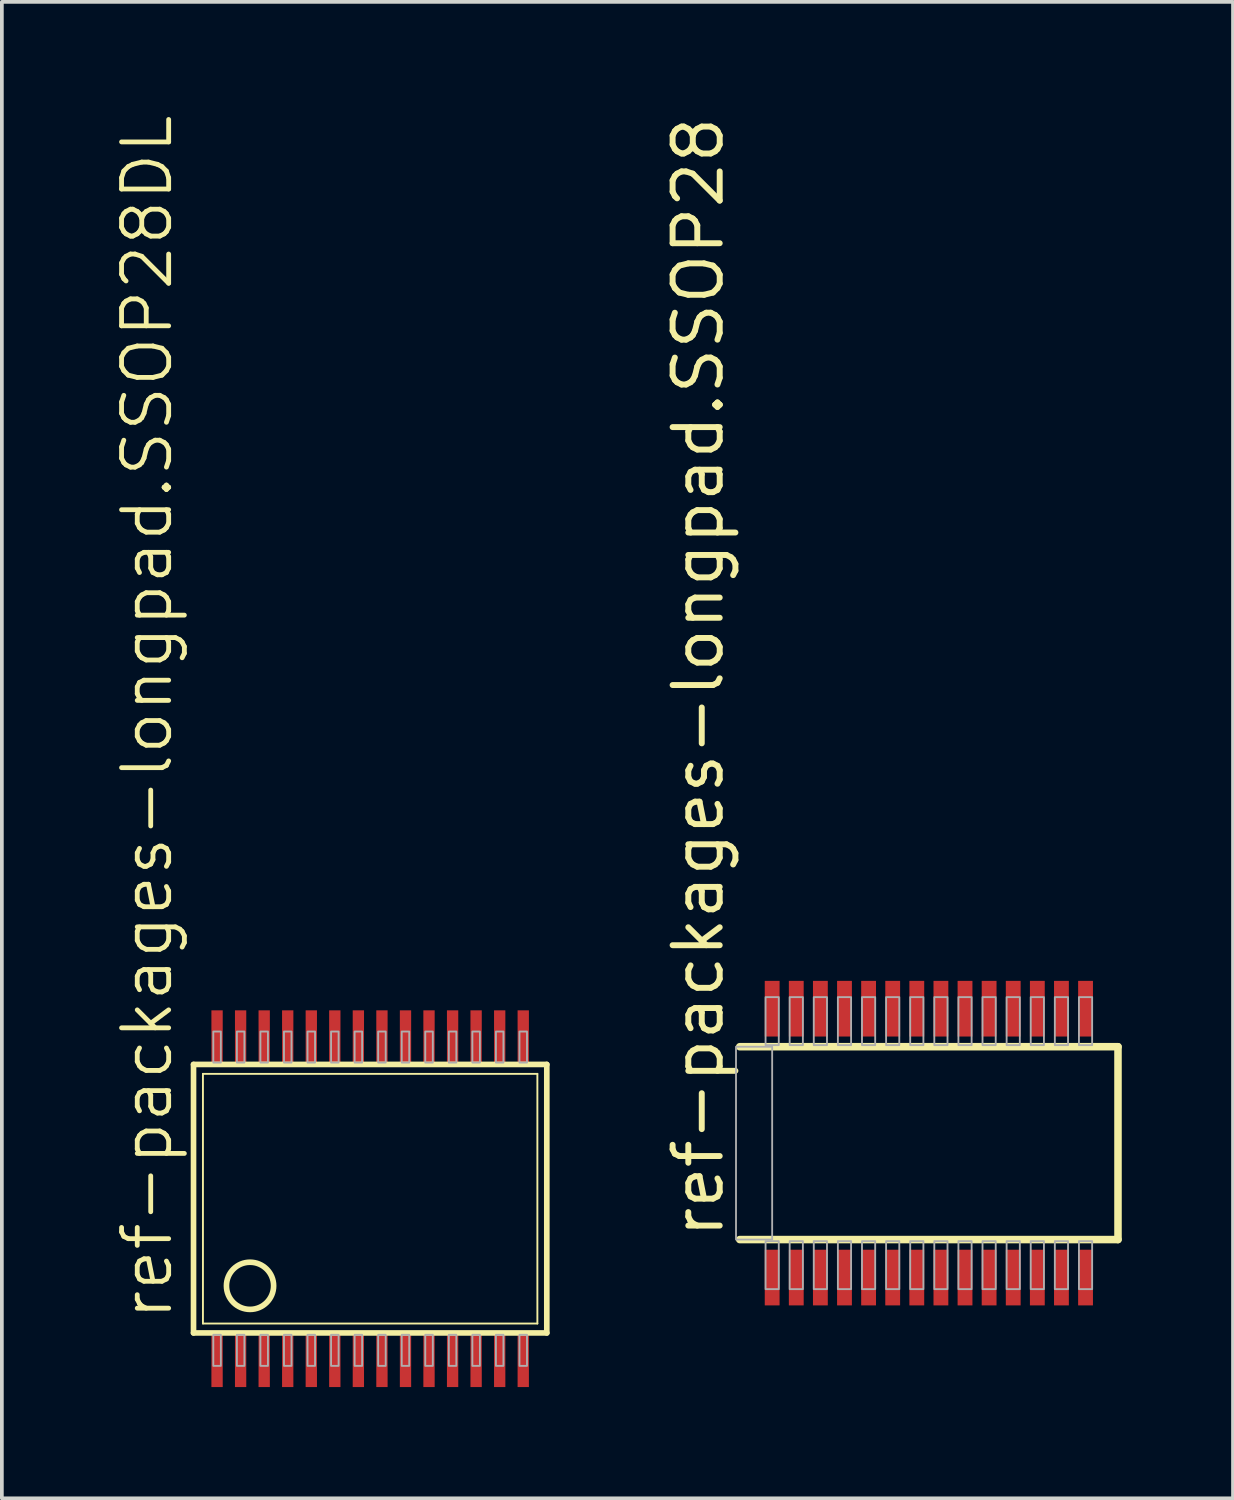
<source format=kicad_pcb>
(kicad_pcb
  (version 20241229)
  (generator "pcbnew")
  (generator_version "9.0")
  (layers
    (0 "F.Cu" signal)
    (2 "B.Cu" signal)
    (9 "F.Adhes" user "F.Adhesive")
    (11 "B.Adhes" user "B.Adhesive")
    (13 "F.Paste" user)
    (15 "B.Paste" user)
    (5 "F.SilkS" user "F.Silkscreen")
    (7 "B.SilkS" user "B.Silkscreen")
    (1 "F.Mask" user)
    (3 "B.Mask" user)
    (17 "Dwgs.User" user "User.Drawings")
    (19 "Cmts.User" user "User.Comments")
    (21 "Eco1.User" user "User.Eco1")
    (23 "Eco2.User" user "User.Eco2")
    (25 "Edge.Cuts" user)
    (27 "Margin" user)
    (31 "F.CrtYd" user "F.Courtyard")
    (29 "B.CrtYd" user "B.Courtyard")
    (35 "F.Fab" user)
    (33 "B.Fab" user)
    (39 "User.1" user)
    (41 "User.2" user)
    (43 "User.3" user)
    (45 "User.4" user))
  (footprint "ref-packages-longpad.SSOP28DL"
    (layer "F.Cu")
    (at 6.931 29.272)
    (property "Reference" "ref-packages-longpad.SSOP28DL" (at -5.271 3.34 90) (layer "F.SilkS") (effects (font (size 1.27 1.27) (thickness 0.13)) (justify left bottom)))
    (attr smd)
    (fp_line (start -4.763 3.62) (end -4.763 -3.62) (stroke (width 0.152) (type default)) (layer "F.SilkS"))
    (fp_line (start -4.763 3.62) (end 4.763 3.62) (stroke (width 0.152) (type default)) (layer "F.SilkS"))
    (fp_line (start -4.509 3.366) (end -4.509 -3.366) (stroke (width 0.051) (type default)) (layer "F.SilkS"))
    (fp_line (start -4.509 3.366) (end 4.509 3.366) (stroke (width 0.051) (type default)) (layer "F.SilkS"))
    (fp_line (start 4.509 -3.366) (end -4.509 -3.366) (stroke (width 0.051) (type default)) (layer "F.SilkS"))
    (fp_line (start 4.509 -3.366) (end 4.509 3.366) (stroke (width 0.051) (type default)) (layer "F.SilkS"))
    (fp_line (start 4.763 -3.62) (end -4.763 -3.62) (stroke (width 0.152) (type default)) (layer "F.SilkS"))
    (fp_line (start 4.763 3.62) (end 4.763 -3.62) (stroke (width 0.152) (type default)) (layer "F.SilkS"))
    (fp_circle (center -3.239 2.349) (end -2.603 2.349) (stroke (width 0.152) (type default)) (fill no) (layer "F.SilkS"))
    (fp_rect (start -4.229 -3.67) (end -4.026 -4.508) (stroke (width 0.05) (type default)) (fill no) (layer "F.Fab"))
    (fp_rect (start -4.229 4.508) (end -4.026 3.67) (stroke (width 0.05) (type default)) (fill no) (layer "F.Fab"))
    (fp_rect (start -3.594 -3.67) (end -3.391 -4.508) (stroke (width 0.05) (type default)) (fill no) (layer "F.Fab"))
    (fp_rect (start -3.594 4.508) (end -3.391 3.67) (stroke (width 0.05) (type default)) (fill no) (layer "F.Fab"))
    (fp_rect (start -2.959 -3.67) (end -2.756 -4.508) (stroke (width 0.05) (type default)) (fill no) (layer "F.Fab"))
    (fp_rect (start -2.959 4.508) (end -2.756 3.67) (stroke (width 0.05) (type default)) (fill no) (layer "F.Fab"))
    (fp_rect (start -2.324 -3.67) (end -2.121 -4.508) (stroke (width 0.05) (type default)) (fill no) (layer "F.Fab"))
    (fp_rect (start -2.324 4.508) (end -2.121 3.67) (stroke (width 0.05) (type default)) (fill no) (layer "F.Fab"))
    (fp_rect (start -1.689 -3.67) (end -1.486 -4.508) (stroke (width 0.05) (type default)) (fill no) (layer "F.Fab"))
    (fp_rect (start -1.689 4.508) (end -1.486 3.67) (stroke (width 0.05) (type default)) (fill no) (layer "F.Fab"))
    (fp_rect (start -1.054 -3.67) (end -0.851 -4.508) (stroke (width 0.05) (type default)) (fill no) (layer "F.Fab"))
    (fp_rect (start -1.054 4.508) (end -0.851 3.67) (stroke (width 0.05) (type default)) (fill no) (layer "F.Fab"))
    (fp_rect (start -0.419 -3.67) (end -0.216 -4.508) (stroke (width 0.05) (type default)) (fill no) (layer "F.Fab"))
    (fp_rect (start -0.419 4.508) (end -0.216 3.67) (stroke (width 0.05) (type default)) (fill no) (layer "F.Fab"))
    (fp_rect (start 0.216 -3.67) (end 0.419 -4.508) (stroke (width 0.05) (type default)) (fill no) (layer "F.Fab"))
    (fp_rect (start 0.216 4.508) (end 0.419 3.67) (stroke (width 0.05) (type default)) (fill no) (layer "F.Fab"))
    (fp_rect (start 0.851 -3.67) (end 1.054 -4.508) (stroke (width 0.05) (type default)) (fill no) (layer "F.Fab"))
    (fp_rect (start 0.851 4.508) (end 1.054 3.67) (stroke (width 0.05) (type default)) (fill no) (layer "F.Fab"))
    (fp_rect (start 1.486 -3.67) (end 1.689 -4.508) (stroke (width 0.05) (type default)) (fill no) (layer "F.Fab"))
    (fp_rect (start 1.486 4.508) (end 1.689 3.67) (stroke (width 0.05) (type default)) (fill no) (layer "F.Fab"))
    (fp_rect (start 2.121 -3.67) (end 2.324 -4.508) (stroke (width 0.05) (type default)) (fill no) (layer "F.Fab"))
    (fp_rect (start 2.121 4.508) (end 2.324 3.67) (stroke (width 0.05) (type default)) (fill no) (layer "F.Fab"))
    (fp_rect (start 2.756 -3.67) (end 2.959 -4.508) (stroke (width 0.05) (type default)) (fill no) (layer "F.Fab"))
    (fp_rect (start 2.756 4.508) (end 2.959 3.67) (stroke (width 0.05) (type default)) (fill no) (layer "F.Fab"))
    (fp_rect (start 3.391 -3.67) (end 3.594 -4.508) (stroke (width 0.05) (type default)) (fill no) (layer "F.Fab"))
    (fp_rect (start 3.391 4.508) (end 3.594 3.67) (stroke (width 0.05) (type default)) (fill no) (layer "F.Fab"))
    (fp_rect (start 4.026 -3.67) (end 4.229 -4.508) (stroke (width 0.05) (type default)) (fill no) (layer "F.Fab"))
    (fp_rect (start 4.026 4.508) (end 4.229 3.67) (stroke (width 0.05) (type default)) (fill no) (layer "F.Fab"))
    (pad "1" smd roundrect (at -4.128 4.381) (size 0.305 1.397) (layers "F.Cu" "F.Mask" "F.Paste") (roundrect_rratio 0.01))
    (pad "2" smd roundrect (at -3.493 4.381) (size 0.305 1.397) (layers "F.Cu" "F.Mask" "F.Paste") (roundrect_rratio 0.01))
    (pad "3" smd roundrect (at -2.857 4.381) (size 0.305 1.397) (layers "F.Cu" "F.Mask" "F.Paste") (roundrect_rratio 0.01))
    (pad "4" smd roundrect (at -2.223 4.381) (size 0.305 1.397) (layers "F.Cu" "F.Mask" "F.Paste") (roundrect_rratio 0.01))
    (pad "5" smd roundrect (at -1.587 4.381) (size 0.305 1.397) (layers "F.Cu" "F.Mask" "F.Paste") (roundrect_rratio 0.01))
    (pad "6" smd roundrect (at -0.953 4.381) (size 0.305 1.397) (layers "F.Cu" "F.Mask" "F.Paste") (roundrect_rratio 0.01))
    (pad "7" smd roundrect (at -0.318 4.381) (size 0.305 1.397) (layers "F.Cu" "F.Mask" "F.Paste") (roundrect_rratio 0.01))
    (pad "8" smd roundrect (at 0.318 4.381) (size 0.305 1.397) (layers "F.Cu" "F.Mask" "F.Paste") (roundrect_rratio 0.01))
    (pad "9" smd roundrect (at 0.953 4.381) (size 0.305 1.397) (layers "F.Cu" "F.Mask" "F.Paste") (roundrect_rratio 0.01))
    (pad "10" smd roundrect (at 1.587 4.381) (size 0.305 1.397) (layers "F.Cu" "F.Mask" "F.Paste") (roundrect_rratio 0.01))
    (pad "11" smd roundrect (at 2.223 4.381) (size 0.305 1.397) (layers "F.Cu" "F.Mask" "F.Paste") (roundrect_rratio 0.01))
    (pad "12" smd roundrect (at 2.857 4.381) (size 0.305 1.397) (layers "F.Cu" "F.Mask" "F.Paste") (roundrect_rratio 0.01))
    (pad "13" smd roundrect (at 3.493 4.381) (size 0.305 1.397) (layers "F.Cu" "F.Mask" "F.Paste") (roundrect_rratio 0.01))
    (pad "14" smd roundrect (at 4.128 4.381) (size 0.305 1.397) (layers "F.Cu" "F.Mask" "F.Paste") (roundrect_rratio 0.01))
    (pad "15" smd roundrect (at 4.128 -4.381) (size 0.305 1.397) (layers "F.Cu" "F.Mask" "F.Paste") (roundrect_rratio 0.01))
    (pad "16" smd roundrect (at 3.493 -4.381) (size 0.305 1.397) (layers "F.Cu" "F.Mask" "F.Paste") (roundrect_rratio 0.01))
    (pad "17" smd roundrect (at 2.857 -4.381) (size 0.305 1.397) (layers "F.Cu" "F.Mask" "F.Paste") (roundrect_rratio 0.01))
    (pad "18" smd roundrect (at 2.223 -4.381) (size 0.305 1.397) (layers "F.Cu" "F.Mask" "F.Paste") (roundrect_rratio 0.01))
    (pad "19" smd roundrect (at 1.587 -4.381) (size 0.305 1.397) (layers "F.Cu" "F.Mask" "F.Paste") (roundrect_rratio 0.01))
    (pad "20" smd roundrect (at 0.953 -4.381) (size 0.305 1.397) (layers "F.Cu" "F.Mask" "F.Paste") (roundrect_rratio 0.01))
    (pad "21" smd roundrect (at 0.318 -4.381) (size 0.305 1.397) (layers "F.Cu" "F.Mask" "F.Paste") (roundrect_rratio 0.01))
    (pad "22" smd roundrect (at -0.318 -4.381) (size 0.305 1.397) (layers "F.Cu" "F.Mask" "F.Paste") (roundrect_rratio 0.01))
    (pad "23" smd roundrect (at -0.953 -4.381) (size 0.305 1.397) (layers "F.Cu" "F.Mask" "F.Paste") (roundrect_rratio 0.01))
    (pad "24" smd roundrect (at -1.587 -4.381) (size 0.305 1.397) (layers "F.Cu" "F.Mask" "F.Paste") (roundrect_rratio 0.01))
    (pad "25" smd roundrect (at -2.223 -4.381) (size 0.305 1.397) (layers "F.Cu" "F.Mask" "F.Paste") (roundrect_rratio 0.01))
    (pad "26" smd roundrect (at -2.857 -4.381) (size 0.305 1.397) (layers "F.Cu" "F.Mask" "F.Paste") (roundrect_rratio 0.01))
    (pad "27" smd roundrect (at -3.493 -4.381) (size 0.305 1.397) (layers "F.Cu" "F.Mask" "F.Paste") (roundrect_rratio 0.01))
    (pad "28" smd roundrect (at -4.128 -4.381) (size 0.305 1.397) (layers "F.Cu" "F.Mask" "F.Paste") (roundrect_rratio 0.01)))
  (footprint "ref-packages-longpad.SSOP28"
    (layer "F.Cu")
    (at 21.996 27.774)
    (property "Reference" "ref-packages-longpad.SSOP28" (at -5.476 2.63 90) (layer "F.SilkS") (effects (font (size 1.27 1.27) (thickness 0.16)) (justify left bottom)))
    (attr smd)
    (fp_line (start -5.1 2.6) (end 5.1 2.6) (stroke (width 0.203) (type default)) (layer "F.SilkS"))
    (fp_line (start 5.1 -2.6) (end -5.1 -2.6) (stroke (width 0.203) (type default)) (layer "F.SilkS"))
    (fp_line (start 5.1 2.6) (end 5.1 -2.6) (stroke (width 0.203) (type default)) (layer "F.SilkS"))
    (fp_rect (start -5.2 2.6) (end -4.225 -2.6) (stroke (width 0.05) (type default)) (fill no) (layer "F.Fab"))
    (fp_rect (start -4.403 -2.642) (end -4.047 -3.937) (stroke (width 0.05) (type default)) (fill no) (layer "F.Fab"))
    (fp_rect (start -4.403 3.937) (end -4.047 2.642) (stroke (width 0.05) (type default)) (fill no) (layer "F.Fab"))
    (fp_rect (start -3.753 -2.642) (end -3.397 -3.937) (stroke (width 0.05) (type default)) (fill no) (layer "F.Fab"))
    (fp_rect (start -3.753 3.937) (end -3.397 2.642) (stroke (width 0.05) (type default)) (fill no) (layer "F.Fab"))
    (fp_rect (start -3.103 -2.642) (end -2.747 -3.937) (stroke (width 0.05) (type default)) (fill no) (layer "F.Fab"))
    (fp_rect (start -3.103 3.937) (end -2.747 2.642) (stroke (width 0.05) (type default)) (fill no) (layer "F.Fab"))
    (fp_rect (start -2.453 -2.642) (end -2.097 -3.937) (stroke (width 0.05) (type default)) (fill no) (layer "F.Fab"))
    (fp_rect (start -2.453 3.937) (end -2.097 2.642) (stroke (width 0.05) (type default)) (fill no) (layer "F.Fab"))
    (fp_rect (start -1.803 -2.642) (end -1.447 -3.937) (stroke (width 0.05) (type default)) (fill no) (layer "F.Fab"))
    (fp_rect (start -1.803 3.937) (end -1.447 2.642) (stroke (width 0.05) (type default)) (fill no) (layer "F.Fab"))
    (fp_rect (start -1.153 -2.642) (end -0.797 -3.937) (stroke (width 0.05) (type default)) (fill no) (layer "F.Fab"))
    (fp_rect (start -1.153 3.937) (end -0.797 2.642) (stroke (width 0.05) (type default)) (fill no) (layer "F.Fab"))
    (fp_rect (start -0.503 -2.642) (end -0.147 -3.937) (stroke (width 0.05) (type default)) (fill no) (layer "F.Fab"))
    (fp_rect (start -0.503 3.937) (end -0.147 2.642) (stroke (width 0.05) (type default)) (fill no) (layer "F.Fab"))
    (fp_rect (start 0.147 -2.642) (end 0.503 -3.937) (stroke (width 0.05) (type default)) (fill no) (layer "F.Fab"))
    (fp_rect (start 0.147 3.937) (end 0.503 2.642) (stroke (width 0.05) (type default)) (fill no) (layer "F.Fab"))
    (fp_rect (start 0.797 -2.642) (end 1.153 -3.937) (stroke (width 0.05) (type default)) (fill no) (layer "F.Fab"))
    (fp_rect (start 0.797 3.937) (end 1.153 2.642) (stroke (width 0.05) (type default)) (fill no) (layer "F.Fab"))
    (fp_rect (start 1.447 -2.642) (end 1.803 -3.937) (stroke (width 0.05) (type default)) (fill no) (layer "F.Fab"))
    (fp_rect (start 1.447 3.937) (end 1.803 2.642) (stroke (width 0.05) (type default)) (fill no) (layer "F.Fab"))
    (fp_rect (start 2.097 -2.642) (end 2.453 -3.937) (stroke (width 0.05) (type default)) (fill no) (layer "F.Fab"))
    (fp_rect (start 2.097 3.937) (end 2.453 2.642) (stroke (width 0.05) (type default)) (fill no) (layer "F.Fab"))
    (fp_rect (start 2.747 -2.642) (end 3.103 -3.937) (stroke (width 0.05) (type default)) (fill no) (layer "F.Fab"))
    (fp_rect (start 2.747 3.937) (end 3.103 2.642) (stroke (width 0.05) (type default)) (fill no) (layer "F.Fab"))
    (fp_rect (start 3.397 -2.642) (end 3.753 -3.937) (stroke (width 0.05) (type default)) (fill no) (layer "F.Fab"))
    (fp_rect (start 3.397 3.937) (end 3.753 2.642) (stroke (width 0.05) (type default)) (fill no) (layer "F.Fab"))
    (fp_rect (start 4.047 -2.642) (end 4.403 -3.937) (stroke (width 0.05) (type default)) (fill no) (layer "F.Fab"))
    (fp_rect (start 4.047 3.937) (end 4.403 2.642) (stroke (width 0.05) (type default)) (fill no) (layer "F.Fab"))
    (pad "1" smd roundrect (at -4.225 3.625) (size 0.4 1.5) (layers "F.Cu" "F.Mask" "F.Paste") (roundrect_rratio 0.01))
    (pad "2" smd roundrect (at -3.575 3.625) (size 0.4 1.5) (layers "F.Cu" "F.Mask" "F.Paste") (roundrect_rratio 0.01))
    (pad "3" smd roundrect (at -2.925 3.625) (size 0.4 1.5) (layers "F.Cu" "F.Mask" "F.Paste") (roundrect_rratio 0.01))
    (pad "4" smd roundrect (at -2.275 3.625) (size 0.4 1.5) (layers "F.Cu" "F.Mask" "F.Paste") (roundrect_rratio 0.01))
    (pad "5" smd roundrect (at -1.625 3.625) (size 0.4 1.5) (layers "F.Cu" "F.Mask" "F.Paste") (roundrect_rratio 0.01))
    (pad "6" smd roundrect (at -0.975 3.625) (size 0.4 1.5) (layers "F.Cu" "F.Mask" "F.Paste") (roundrect_rratio 0.01))
    (pad "7" smd roundrect (at -0.325 3.625) (size 0.4 1.5) (layers "F.Cu" "F.Mask" "F.Paste") (roundrect_rratio 0.01))
    (pad "8" smd roundrect (at 0.325 3.625) (size 0.4 1.5) (layers "F.Cu" "F.Mask" "F.Paste") (roundrect_rratio 0.01))
    (pad "9" smd roundrect (at 0.975 3.625) (size 0.4 1.5) (layers "F.Cu" "F.Mask" "F.Paste") (roundrect_rratio 0.01))
    (pad "10" smd roundrect (at 1.625 3.625) (size 0.4 1.5) (layers "F.Cu" "F.Mask" "F.Paste") (roundrect_rratio 0.01))
    (pad "11" smd roundrect (at 2.275 3.625) (size 0.4 1.5) (layers "F.Cu" "F.Mask" "F.Paste") (roundrect_rratio 0.01))
    (pad "12" smd roundrect (at 2.925 3.625) (size 0.4 1.5) (layers "F.Cu" "F.Mask" "F.Paste") (roundrect_rratio 0.01))
    (pad "13" smd roundrect (at 3.575 3.625) (size 0.4 1.5) (layers "F.Cu" "F.Mask" "F.Paste") (roundrect_rratio 0.01))
    (pad "14" smd roundrect (at 4.225 3.625) (size 0.4 1.5) (layers "F.Cu" "F.Mask" "F.Paste") (roundrect_rratio 0.01))
    (pad "15" smd roundrect (at 4.225 -3.625) (size 0.4 1.5) (layers "F.Cu" "F.Mask" "F.Paste") (roundrect_rratio 0.01))
    (pad "16" smd roundrect (at 3.575 -3.625) (size 0.4 1.5) (layers "F.Cu" "F.Mask" "F.Paste") (roundrect_rratio 0.01))
    (pad "17" smd roundrect (at 2.925 -3.625) (size 0.4 1.5) (layers "F.Cu" "F.Mask" "F.Paste") (roundrect_rratio 0.01))
    (pad "18" smd roundrect (at 2.275 -3.625) (size 0.4 1.5) (layers "F.Cu" "F.Mask" "F.Paste") (roundrect_rratio 0.01))
    (pad "19" smd roundrect (at 1.625 -3.625) (size 0.4 1.5) (layers "F.Cu" "F.Mask" "F.Paste") (roundrect_rratio 0.01))
    (pad "20" smd roundrect (at 0.975 -3.625) (size 0.4 1.5) (layers "F.Cu" "F.Mask" "F.Paste") (roundrect_rratio 0.01))
    (pad "21" smd roundrect (at 0.325 -3.625) (size 0.4 1.5) (layers "F.Cu" "F.Mask" "F.Paste") (roundrect_rratio 0.01))
    (pad "22" smd roundrect (at -0.325 -3.625) (size 0.4 1.5) (layers "F.Cu" "F.Mask" "F.Paste") (roundrect_rratio 0.01))
    (pad "23" smd roundrect (at -0.975 -3.625) (size 0.4 1.5) (layers "F.Cu" "F.Mask" "F.Paste") (roundrect_rratio 0.01))
    (pad "24" smd roundrect (at -1.625 -3.625) (size 0.4 1.5) (layers "F.Cu" "F.Mask" "F.Paste") (roundrect_rratio 0.01))
    (pad "25" smd roundrect (at -2.275 -3.625) (size 0.4 1.5) (layers "F.Cu" "F.Mask" "F.Paste") (roundrect_rratio 0.01))
    (pad "26" smd roundrect (at -2.925 -3.625) (size 0.4 1.5) (layers "F.Cu" "F.Mask" "F.Paste") (roundrect_rratio 0.01))
    (pad "27" smd roundrect (at -3.575 -3.625) (size 0.4 1.5) (layers "F.Cu" "F.Mask" "F.Paste") (roundrect_rratio 0.01))
    (pad "28" smd roundrect (at -4.225 -3.625) (size 0.4 1.5) (layers "F.Cu" "F.Mask" "F.Paste") (roundrect_rratio 0.01)))
  (gr_rect
    (start -3 -3)
    (end 30.197 37.352)
    (stroke (width 0.1) (type default))
    (fill no)
    (layer "Edge.Cuts")))
</source>
